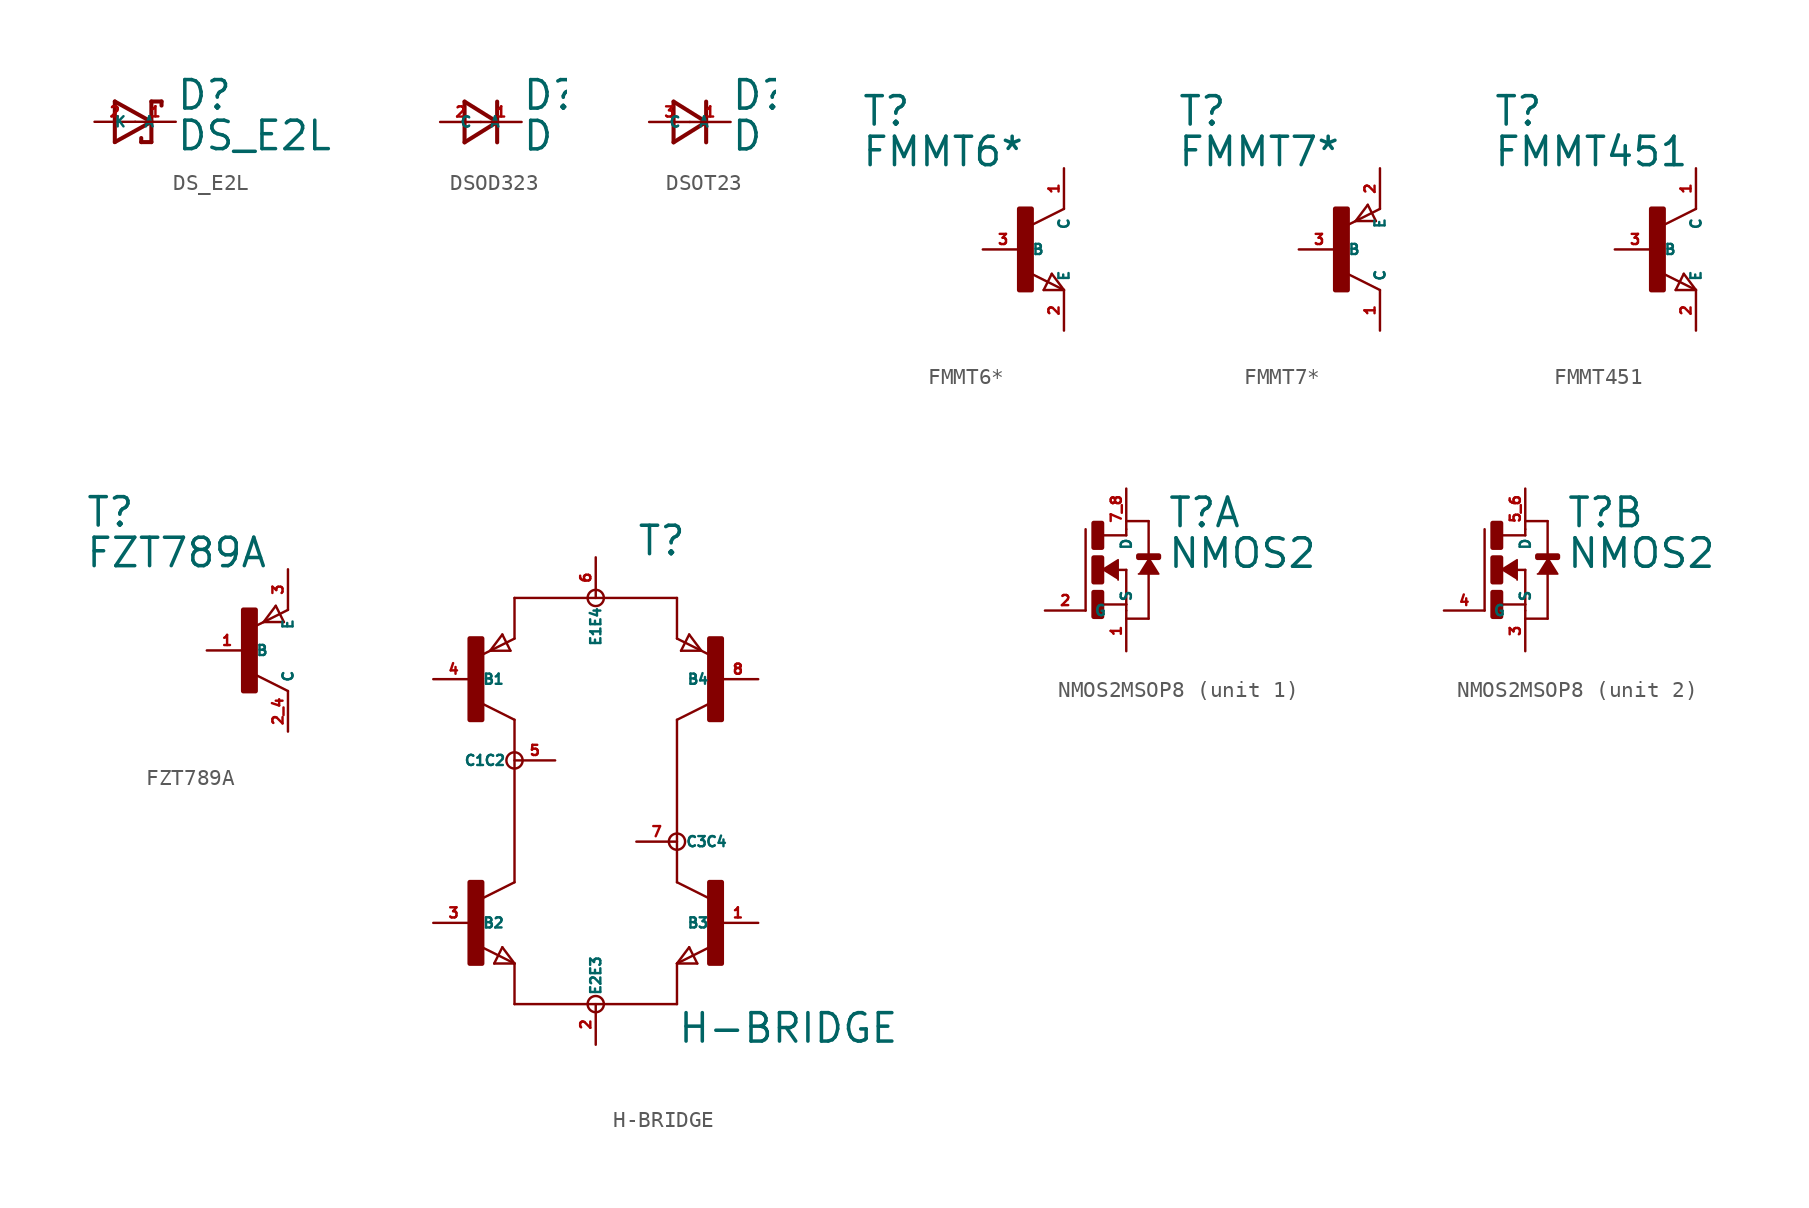
<source format=kicad_sym>
(kicad_symbol_lib
  (version 20220914)
  (generator Eagle2Kicad)
  (symbol "DS_E2L"
    (property "Reference" "D"
      (at 2.54 0.635 0)
      (effects (font (size 1.778 1.778) (thickness 0.22)) (justify left bottom)))
    (property "Value" "DS_E2L"
      (at 2.54 -1.905 0)
      (effects (font (size 1.778 1.778) (thickness 0.22)) (justify left bottom)))
    (polyline
      (pts (xy -1.27 -1.27) (xy 1.016 0))
      (stroke (width 0.254) (type default))
      (fill (type none)))
    (polyline
      (pts (xy 1.016 0) (xy -1.27 1.27))
      (stroke (width 0.254) (type default))
      (fill (type none)))
    (polyline
      (pts (xy 1.651 1.27) (xy 1.016 1.27))
      (stroke (width 0.254) (type default))
      (fill (type none)))
    (polyline
      (pts (xy 1.016 1.27) (xy 1.016 0))
      (stroke (width 0.254) (type default))
      (fill (type none)))
    (polyline
      (pts (xy -1.27 1.27) (xy -1.27 -1.27))
      (stroke (width 0.254) (type default))
      (fill (type none)))
    (polyline
      (pts (xy 1.016 0) (xy 1.016 -1.27))
      (stroke (width 0.254) (type default))
      (fill (type none)))
    (polyline
      (pts (xy 1.651 1.27) (xy 1.651 1.016))
      (stroke (width 0.254) (type default))
      (fill (type none)))
    (polyline
      (pts (xy 1.016 -1.27) (xy 0.381 -1.27))
      (stroke (width 0.254) (type default))
      (fill (type none)))
    (polyline
      (pts (xy 0.381 -1.016) (xy 0.381 -1.27))
      (stroke (width 0.254) (type default))
      (fill (type none)))
    (pin passive line
      (at -2.54 0 0)
      (length 2.54)
      (name "A" (effects (font (size 0.635 0.635) (thickness 0.08)) (justify left bottom)))
      (number "2" (effects (font (size 0.635 0.635) (thickness 0.08)) (justify left bottom))))
    (pin passive line
      (at 2.54 0 180)
      (length 2.54)
      (name "K" (effects (font (size 0.635 0.635) (thickness 0.08)) (justify left bottom)))
      (number "1" (effects (font (size 0.635 0.635) (thickness 0.08)) (justify left bottom)))))
  (symbol "DSOD323"
    (property "Reference" "D"
      (at 2.54 0.635 0)
      (effects (font (size 1.778 1.778) (thickness 0.22)) (justify left bottom)))
    (property "Value" "D"
      (at 2.54 -1.905 0)
      (effects (font (size 1.778 1.778) (thickness 0.22)) (justify left bottom)))
    (polyline
      (pts (xy -1.016 -1.27) (xy 1.016 0))
      (stroke (width 0.254) (type default))
      (fill (type none)))
    (polyline
      (pts (xy 1.016 0) (xy -1.016 1.27))
      (stroke (width 0.254) (type default))
      (fill (type none)))
    (polyline
      (pts (xy 1.016 1.27) (xy 1.016 0))
      (stroke (width 0.254) (type default))
      (fill (type none)))
    (polyline
      (pts (xy -1.016 1.27) (xy -1.016 -1.27))
      (stroke (width 0.254) (type default))
      (fill (type none)))
    (polyline
      (pts (xy 1.016 0) (xy 1.016 -1.27))
      (stroke (width 0.254) (type default))
      (fill (type none)))
    (pin passive line
      (at -2.54 0 0)
      (length 2.54)
      (name "A" (effects (font (size 0.635 0.635) (thickness 0.08)) (justify left bottom)))
      (number "2" (effects (font (size 0.635 0.635) (thickness 0.08)) (justify left bottom))))
    (pin passive line
      (at 2.54 0 180)
      (length 2.54)
      (name "C" (effects (font (size 0.635 0.635) (thickness 0.08)) (justify left bottom)))
      (number "1" (effects (font (size 0.635 0.635) (thickness 0.08)) (justify left bottom)))))
  (symbol "DSOT23"
    (property "Reference" "D"
      (at 2.54 0.635 0)
      (effects (font (size 1.778 1.778) (thickness 0.22)) (justify left bottom)))
    (property "Value" "D"
      (at 2.54 -1.905 0)
      (effects (font (size 1.778 1.778) (thickness 0.22)) (justify left bottom)))
    (polyline
      (pts (xy -1.016 -1.27) (xy 1.016 0))
      (stroke (width 0.254) (type default))
      (fill (type none)))
    (polyline
      (pts (xy 1.016 0) (xy -1.016 1.27))
      (stroke (width 0.254) (type default))
      (fill (type none)))
    (polyline
      (pts (xy 1.016 1.27) (xy 1.016 0))
      (stroke (width 0.254) (type default))
      (fill (type none)))
    (polyline
      (pts (xy -1.016 1.27) (xy -1.016 -1.27))
      (stroke (width 0.254) (type default))
      (fill (type none)))
    (polyline
      (pts (xy 1.016 0) (xy 1.016 -1.27))
      (stroke (width 0.254) (type default))
      (fill (type none)))
    (pin passive line
      (at -2.54 0 0)
      (length 2.54)
      (name "A" (effects (font (size 0.635 0.635) (thickness 0.08)) (justify left bottom)))
      (number "3" (effects (font (size 0.635 0.635) (thickness 0.08)) (justify left bottom))))
    (pin passive line
      (at 2.54 0 180)
      (length 2.54)
      (name "C" (effects (font (size 0.635 0.635) (thickness 0.08)) (justify left bottom)))
      (number "1" (effects (font (size 0.635 0.635) (thickness 0.08)) (justify left bottom)))))
  (symbol "FMMT6*"
    (property "Reference" "T"
      (at -10.16 7.62 0)
      (effects (font (size 1.778 1.778) (thickness 0.22)) (justify left bottom)))
    (property "Value" "FMMT6*"
      (at -10.16 5.08 0)
      (effects (font (size 1.778 1.778) (thickness 0.22)) (justify left bottom)))
    (polyline
      (pts (xy 2.54 2.54) (xy 0.508 1.524))
      (stroke (width 0.152) (type default))
      (fill (type none)))
    (polyline
      (pts (xy 2.54 -2.54) (xy 0.508 -1.524))
      (stroke (width 0.152) (type default))
      (fill (type none)))
    (polyline
      (pts (xy 1.778 -1.524) (xy 2.54 -2.54))
      (stroke (width 0.152) (type default))
      (fill (type none)))
    (polyline
      (pts (xy 2.54 -2.54) (xy 1.27 -2.54))
      (stroke (width 0.152) (type default))
      (fill (type none)))
    (polyline
      (pts (xy 1.27 -2.54) (xy 1.778 -1.524))
      (stroke (width 0.152) (type default))
      (fill (type none)))
    (rectangle
      (start -0.254 -2.54)
      (end 0.508 2.54)
      (stroke (width 0.3) (type default))
      (fill (type outline)))
    (pin passive line
      (at -2.54 0 0)
      (length 2.54)
      (name "B" (effects (font (size 0.635 0.635) (thickness 0.08)) (justify left bottom)))
      (number "3" (effects (font (size 0.635 0.635) (thickness 0.08)) (justify left bottom))))
    (pin passive line
      (at 2.54 -5.08 90)
      (length 2.54)
      (name "E" (effects (font (size 0.635 0.635) (thickness 0.08)) (justify left bottom)))
      (number "2" (effects (font (size 0.635 0.635) (thickness 0.08)) (justify left bottom))))
    (pin passive line
      (at 2.54 5.08 270)
      (length 2.54)
      (name "C" (effects (font (size 0.635 0.635) (thickness 0.08)) (justify left bottom)))
      (number "1" (effects (font (size 0.635 0.635) (thickness 0.08)) (justify left bottom)))))
  (symbol "FMMT7*"
    (property "Reference" "T"
      (at -10.16 7.62 0)
      (effects (font (size 1.778 1.778) (thickness 0.22)) (justify left bottom)))
    (property "Value" "FMMT7*"
      (at -10.16 5.08 0)
      (effects (font (size 1.778 1.778) (thickness 0.22)) (justify left bottom)))
    (polyline
      (pts (xy 2.286 1.778) (xy 1.778 2.794))
      (stroke (width 0.152) (type default))
      (fill (type none)))
    (polyline
      (pts (xy 1.778 2.794) (xy 1.016 1.778))
      (stroke (width 0.152) (type default))
      (fill (type none)))
    (polyline
      (pts (xy 1.016 1.778) (xy 2.286 1.778))
      (stroke (width 0.152) (type default))
      (fill (type none)))
    (polyline
      (pts (xy 2.54 2.54) (xy 0.508 1.524))
      (stroke (width 0.152) (type default))
      (fill (type none)))
    (polyline
      (pts (xy 2.54 -2.54) (xy 0.508 -1.524))
      (stroke (width 0.152) (type default))
      (fill (type none)))
    (rectangle
      (start -0.254 -2.54)
      (end 0.508 2.54)
      (stroke (width 0.3) (type default))
      (fill (type outline)))
    (pin passive line
      (at -2.54 0 0)
      (length 2.54)
      (name "B" (effects (font (size 0.635 0.635) (thickness 0.08)) (justify left bottom)))
      (number "3" (effects (font (size 0.635 0.635) (thickness 0.08)) (justify left bottom))))
    (pin passive line
      (at 2.54 5.08 270)
      (length 2.54)
      (name "E" (effects (font (size 0.635 0.635) (thickness 0.08)) (justify left bottom)))
      (number "2" (effects (font (size 0.635 0.635) (thickness 0.08)) (justify left bottom))))
    (pin passive line
      (at 2.54 -5.08 90)
      (length 2.54)
      (name "C" (effects (font (size 0.635 0.635) (thickness 0.08)) (justify left bottom)))
      (number "1" (effects (font (size 0.635 0.635) (thickness 0.08)) (justify left bottom)))))
  (symbol "FMMT451"
    (property "Reference" "T"
      (at -10.16 7.62 0)
      (effects (font (size 1.778 1.778) (thickness 0.22)) (justify left bottom)))
    (property "Value" "FMMT451"
      (at -10.16 5.08 0)
      (effects (font (size 1.778 1.778) (thickness 0.22)) (justify left bottom)))
    (polyline
      (pts (xy 2.54 2.54) (xy 0.508 1.524))
      (stroke (width 0.152) (type default))
      (fill (type none)))
    (polyline
      (pts (xy 2.54 -2.54) (xy 0.508 -1.524))
      (stroke (width 0.152) (type default))
      (fill (type none)))
    (polyline
      (pts (xy 1.778 -1.524) (xy 2.54 -2.54))
      (stroke (width 0.152) (type default))
      (fill (type none)))
    (polyline
      (pts (xy 2.54 -2.54) (xy 1.27 -2.54))
      (stroke (width 0.152) (type default))
      (fill (type none)))
    (polyline
      (pts (xy 1.27 -2.54) (xy 1.778 -1.524))
      (stroke (width 0.152) (type default))
      (fill (type none)))
    (rectangle
      (start -0.254 -2.54)
      (end 0.508 2.54)
      (stroke (width 0.3) (type default))
      (fill (type outline)))
    (pin passive line
      (at -2.54 0 0)
      (length 2.54)
      (name "B" (effects (font (size 0.635 0.635) (thickness 0.08)) (justify left bottom)))
      (number "3" (effects (font (size 0.635 0.635) (thickness 0.08)) (justify left bottom))))
    (pin passive line
      (at 2.54 -5.08 90)
      (length 2.54)
      (name "E" (effects (font (size 0.635 0.635) (thickness 0.08)) (justify left bottom)))
      (number "2" (effects (font (size 0.635 0.635) (thickness 0.08)) (justify left bottom))))
    (pin passive line
      (at 2.54 5.08 270)
      (length 2.54)
      (name "C" (effects (font (size 0.635 0.635) (thickness 0.08)) (justify left bottom)))
      (number "1" (effects (font (size 0.635 0.635) (thickness 0.08)) (justify left bottom)))))
  (symbol "FZT789A"
    (property "Reference" "T"
      (at -10.16 7.62 0)
      (effects (font (size 1.778 1.778) (thickness 0.22)) (justify left bottom)))
    (property "Value" "FZT789A"
      (at -10.16 5.08 0)
      (effects (font (size 1.778 1.778) (thickness 0.22)) (justify left bottom)))
    (polyline
      (pts (xy 2.286 1.778) (xy 1.778 2.794))
      (stroke (width 0.152) (type default))
      (fill (type none)))
    (polyline
      (pts (xy 1.778 2.794) (xy 1.016 1.778))
      (stroke (width 0.152) (type default))
      (fill (type none)))
    (polyline
      (pts (xy 1.016 1.778) (xy 2.286 1.778))
      (stroke (width 0.152) (type default))
      (fill (type none)))
    (polyline
      (pts (xy 2.54 2.54) (xy 0.508 1.524))
      (stroke (width 0.152) (type default))
      (fill (type none)))
    (polyline
      (pts (xy 2.54 -2.54) (xy 0.508 -1.524))
      (stroke (width 0.152) (type default))
      (fill (type none)))
    (rectangle
      (start -0.254 -2.54)
      (end 0.508 2.54)
      (stroke (width 0.3) (type default))
      (fill (type outline)))
    (pin passive line
      (at -2.54 0 0)
      (length 2.54)
      (name "B" (effects (font (size 0.635 0.635) (thickness 0.08)) (justify left bottom)))
      (number "1" (effects (font (size 0.635 0.635) (thickness 0.08)) (justify left bottom))))
    (pin passive line
      (at 2.54 5.08 270)
      (length 2.54)
      (name "E" (effects (font (size 0.635 0.635) (thickness 0.08)) (justify left bottom)))
      (number "3" (effects (font (size 0.635 0.635) (thickness 0.08)) (justify left bottom))))
    (pin passive line
      (at 2.54 -5.08 90)
      (length 2.54)
      (name "C" (effects (font (size 0.635 0.635) (thickness 0.08)) (justify left bottom)))
      (number "2 4" (effects (font (size 0.635 0.635) (thickness 0.08)) (justify left bottom)))))
  (symbol "H-BRIDGE"
    (property "Reference" "T"
      (at 2.54 15.24 0)
      (effects (font (size 1.778 1.778) (thickness 0.22)) (justify left bottom)))
    (property "Value" "H-BRIDGE"
      (at 5.08 -15.24 0)
      (effects (font (size 1.778 1.778) (thickness 0.22)) (justify left bottom)))
    (polyline
      (pts (xy -5.08 -5.08) (xy -7.112 -6.096))
      (stroke (width 0.152) (type default))
      (fill (type none)))
    (polyline
      (pts (xy -5.08 -10.16) (xy -7.112 -9.144))
      (stroke (width 0.152) (type default))
      (fill (type none)))
    (polyline
      (pts (xy -5.842 -9.144) (xy -5.08 -10.16))
      (stroke (width 0.152) (type default))
      (fill (type none)))
    (polyline
      (pts (xy -5.08 -10.16) (xy -6.35 -10.16))
      (stroke (width 0.152) (type default))
      (fill (type none)))
    (polyline
      (pts (xy -6.35 -10.16) (xy -5.842 -9.144))
      (stroke (width 0.152) (type default))
      (fill (type none)))
    (polyline
      (pts (xy 5.08 -5.08) (xy 7.112 -6.096))
      (stroke (width 0.152) (type default))
      (fill (type none)))
    (polyline
      (pts (xy 5.08 -10.16) (xy 7.112 -9.144))
      (stroke (width 0.152) (type default))
      (fill (type none)))
    (polyline
      (pts (xy 5.842 -9.144) (xy 5.08 -10.16))
      (stroke (width 0.152) (type default))
      (fill (type none)))
    (polyline
      (pts (xy 5.08 -10.16) (xy 6.35 -10.16))
      (stroke (width 0.152) (type default))
      (fill (type none)))
    (polyline
      (pts (xy 6.35 -10.16) (xy 5.842 -9.144))
      (stroke (width 0.152) (type default))
      (fill (type none)))
    (polyline
      (pts (xy -5.334 9.398) (xy -5.842 10.414))
      (stroke (width 0.152) (type default))
      (fill (type none)))
    (polyline
      (pts (xy -5.842 10.414) (xy -6.604 9.398))
      (stroke (width 0.152) (type default))
      (fill (type none)))
    (polyline
      (pts (xy -6.604 9.398) (xy -5.334 9.398))
      (stroke (width 0.152) (type default))
      (fill (type none)))
    (polyline
      (pts (xy -5.08 10.16) (xy -7.112 9.144))
      (stroke (width 0.152) (type default))
      (fill (type none)))
    (polyline
      (pts (xy -5.08 5.08) (xy -7.112 6.096))
      (stroke (width 0.152) (type default))
      (fill (type none)))
    (polyline
      (pts (xy 5.334 9.398) (xy 5.842 10.414))
      (stroke (width 0.152) (type default))
      (fill (type none)))
    (polyline
      (pts (xy 5.842 10.414) (xy 6.604 9.398))
      (stroke (width 0.152) (type default))
      (fill (type none)))
    (polyline
      (pts (xy 6.604 9.398) (xy 5.334 9.398))
      (stroke (width 0.152) (type default))
      (fill (type none)))
    (polyline
      (pts (xy 5.08 10.16) (xy 7.112 9.144))
      (stroke (width 0.152) (type default))
      (fill (type none)))
    (polyline
      (pts (xy 5.08 5.08) (xy 7.112 6.096))
      (stroke (width 0.152) (type default))
      (fill (type none)))
    (polyline
      (pts (xy -5.08 10.16) (xy -5.08 12.7))
      (stroke (width 0.152) (type default))
      (fill (type none)))
    (polyline
      (pts (xy -5.08 12.7) (xy 5.08 12.7))
      (stroke (width 0.152) (type default))
      (fill (type none)))
    (polyline
      (pts (xy 5.08 12.7) (xy 5.08 10.16))
      (stroke (width 0.152) (type default))
      (fill (type none)))
    (polyline
      (pts (xy -5.08 -10.16) (xy -5.08 -12.7))
      (stroke (width 0.152) (type default))
      (fill (type none)))
    (polyline
      (pts (xy -5.08 -12.7) (xy 5.08 -12.7))
      (stroke (width 0.152) (type default))
      (fill (type none)))
    (polyline
      (pts (xy 5.08 -12.7) (xy 5.08 -10.16))
      (stroke (width 0.152) (type default))
      (fill (type none)))
    (polyline
      (pts (xy -5.08 -5.08) (xy -5.08 5.08))
      (stroke (width 0.152) (type default))
      (fill (type none)))
    (polyline
      (pts (xy 5.08 -5.08) (xy 5.08 5.08))
      (stroke (width 0.152) (type default))
      (fill (type none)))
    (circle
      (center 0 -12.7)
      (radius 0.508)
      (stroke (width 0) (type default))
      (fill (type none)))
    (circle
      (center -5.08 2.54)
      (radius 0.508)
      (stroke (width 0) (type default))
      (fill (type none)))
    (circle
      (center 0 12.7)
      (radius 0.508)
      (stroke (width 0) (type default))
      (fill (type none)))
    (circle
      (center 5.08 -2.54)
      (radius 0.508)
      (stroke (width 0) (type default))
      (fill (type none)))
    (rectangle
      (start -7.874 -10.16)
      (end -7.112 -5.08)
      (stroke (width 0.3) (type default))
      (fill (type outline)))
    (rectangle
      (start 7.112 -10.16)
      (end 7.874 -5.08)
      (stroke (width 0.3) (type default))
      (fill (type outline)))
    (rectangle
      (start -7.874 5.08)
      (end -7.112 10.16)
      (stroke (width 0.3) (type default))
      (fill (type outline)))
    (rectangle
      (start 7.112 5.08)
      (end 7.874 10.16)
      (stroke (width 0.3) (type default))
      (fill (type outline)))
    (pin passive line
      (at -10.16 -7.62 0)
      (length 2.54)
      (name "B2" (effects (font (size 0.635 0.635) (thickness 0.08)) (justify left bottom)))
      (number "3" (effects (font (size 0.635 0.635) (thickness 0.08)) (justify left bottom))))
    (pin passive line
      (at 0 -15.24 90)
      (length 2.54)
      (name "E2E3" (effects (font (size 0.635 0.635) (thickness 0.08)) (justify left bottom)))
      (number "2" (effects (font (size 0.635 0.635) (thickness 0.08)) (justify left bottom))))
    (pin passive line
      (at 10.16 -7.62 180)
      (length 2.54)
      (name "B3" (effects (font (size 0.635 0.635) (thickness 0.08)) (justify left bottom)))
      (number "1" (effects (font (size 0.635 0.635) (thickness 0.08)) (justify left bottom))))
    (pin passive line
      (at -10.16 7.62 0)
      (length 2.54)
      (name "B1" (effects (font (size 0.635 0.635) (thickness 0.08)) (justify left bottom)))
      (number "4" (effects (font (size 0.635 0.635) (thickness 0.08)) (justify left bottom))))
    (pin passive line
      (at 0 15.24 270)
      (length 2.54)
      (name "E1E4" (effects (font (size 0.635 0.635) (thickness 0.08)) (justify left bottom)))
      (number "6" (effects (font (size 0.635 0.635) (thickness 0.08)) (justify left bottom))))
    (pin passive line
      (at -2.54 2.54 180)
      (length 2.54)
      (name "C1C2" (effects (font (size 0.635 0.635) (thickness 0.08)) (justify left bottom)))
      (number "5" (effects (font (size 0.635 0.635) (thickness 0.08)) (justify left bottom))))
    (pin passive line
      (at 10.16 7.62 180)
      (length 2.54)
      (name "B4" (effects (font (size 0.635 0.635) (thickness 0.08)) (justify left bottom)))
      (number "8" (effects (font (size 0.635 0.635) (thickness 0.08)) (justify left bottom))))
    (pin passive line
      (at 2.54 -2.54 0)
      (length 2.54)
      (name "C3C4" (effects (font (size 0.635 0.635) (thickness 0.08)) (justify left bottom)))
      (number "7" (effects (font (size 0.635 0.635) (thickness 0.08)) (justify left bottom)))))
  (symbol "NMOS2MSOP8"
    (property "Reference" "T"
      (at 2.54 2.54 0)
      (effects (font (size 1.778 1.778) (thickness 0.22)) (justify left bottom)))
    (property "Value" "NMOS2"
      (at 2.54 0 0)
      (effects (font (size 1.778 1.778) (thickness 0.22)) (justify left bottom)))
    (symbol "NMOS2MSOP8_1_0"
      (polyline (pts (xy -1.524 0) (xy -0.508 0.635) (xy -0.508 -0.635)) (stroke (width 0.102) (type default)) (fill (type outline)))
      (polyline (pts (xy 1.397 0.762) (xy 2.032 -0.254) (xy 0.762 -0.254)) (stroke (width 0.102) (type default)) (fill (type outline)))
      (polyline (pts (xy -0.508 0) (xy 0 0)) (stroke (width 0.152) (type default)) (fill (type none)))
      (polyline (pts (xy -1.524 -2.159) (xy 0 -2.159)) (stroke (width 0.152) (type default)) (fill (type none)))
      (polyline (pts (xy -2.54 -2.54) (xy -2.54 2.54)) (stroke (width 0.152) (type default)) (fill (type none)))
      (polyline (pts (xy 0 0) (xy 0 -2.159)) (stroke (width 0.152) (type default)) (fill (type none)))
      (polyline (pts (xy 1.397 -0.254) (xy 1.397 -3.048)) (stroke (width 0.152) (type default)) (fill (type none)))
      (polyline (pts (xy 1.397 -3.048) (xy 0 -3.048)) (stroke (width 0.152) (type default)) (fill (type none)))
      (polyline (pts (xy -1.524 2.159) (xy 0 2.159)) (stroke (width 0.152) (type default)) (fill (type none)))
      (polyline (pts (xy 0 2.159) (xy 0 2.54)) (stroke (width 0.152) (type default)) (fill (type none)))
      (polyline (pts (xy 0 3.048) (xy 1.397 3.048)) (stroke (width 0.152) (type default)) (fill (type none)))
      (polyline (pts (xy 1.397 3.048) (xy 1.397 0.762)) (stroke (width 0.152) (type default)) (fill (type none)))
      (polyline (pts (xy 0 -2.159) (xy 0 -2.54)) (stroke (width 0.152) (type default)) (fill (type none)))
      (rectangle (start -2.032 1.397) (end -1.524 2.921) (stroke (width 0.3) (type default)) (fill (type outline)))
      (rectangle (start -2.032 -0.762) (end -1.524 0.762) (stroke (width 0.3) (type default)) (fill (type outline)))
      (rectangle (start -2.032 -2.921) (end -1.524 -1.397) (stroke (width 0.3) (type default)) (fill (type outline)))
      (rectangle (start 0.762 0.762) (end 2.032 0.889) (stroke (width 0.3) (type default)) (fill (type outline)))
      (pin passive line (at 0 5.08 270) (length 2.54) (name "D" (effects (font (size 0.635 0.635) (thickness 0.08)) (justify left bottom))) (number "7 8" (effects (font (size 0.635 0.635) (thickness 0.08)) (justify left bottom))))
      (pin passive line (at 0 -5.08 90) (length 2.54) (name "S" (effects (font (size 0.635 0.635) (thickness 0.08)) (justify left bottom))) (number "1" (effects (font (size 0.635 0.635) (thickness 0.08)) (justify left bottom))))
      (pin passive line (at -5.08 -2.54 0) (length 2.54) (name "G" (effects (font (size 0.635 0.635) (thickness 0.08)) (justify left bottom))) (number "2" (effects (font (size 0.635 0.635) (thickness 0.08)) (justify left bottom)))))
    (symbol "NMOS2MSOP8_2_0"
      (polyline (pts (xy -1.524 0) (xy -0.508 0.635) (xy -0.508 -0.635)) (stroke (width 0.102) (type default)) (fill (type outline)))
      (polyline (pts (xy 1.397 0.762) (xy 2.032 -0.254) (xy 0.762 -0.254)) (stroke (width 0.102) (type default)) (fill (type outline)))
      (polyline (pts (xy -0.508 0) (xy 0 0)) (stroke (width 0.152) (type default)) (fill (type none)))
      (polyline (pts (xy -1.524 -2.159) (xy 0 -2.159)) (stroke (width 0.152) (type default)) (fill (type none)))
      (polyline (pts (xy -2.54 -2.54) (xy -2.54 2.54)) (stroke (width 0.152) (type default)) (fill (type none)))
      (polyline (pts (xy 0 0) (xy 0 -2.159)) (stroke (width 0.152) (type default)) (fill (type none)))
      (polyline (pts (xy 1.397 -0.254) (xy 1.397 -3.048)) (stroke (width 0.152) (type default)) (fill (type none)))
      (polyline (pts (xy 1.397 -3.048) (xy 0 -3.048)) (stroke (width 0.152) (type default)) (fill (type none)))
      (polyline (pts (xy -1.524 2.159) (xy 0 2.159)) (stroke (width 0.152) (type default)) (fill (type none)))
      (polyline (pts (xy 0 2.159) (xy 0 2.54)) (stroke (width 0.152) (type default)) (fill (type none)))
      (polyline (pts (xy 0 3.048) (xy 1.397 3.048)) (stroke (width 0.152) (type default)) (fill (type none)))
      (polyline (pts (xy 1.397 3.048) (xy 1.397 0.762)) (stroke (width 0.152) (type default)) (fill (type none)))
      (polyline (pts (xy 0 -2.159) (xy 0 -2.54)) (stroke (width 0.152) (type default)) (fill (type none)))
      (rectangle (start -2.032 1.397) (end -1.524 2.921) (stroke (width 0.3) (type default)) (fill (type outline)))
      (rectangle (start -2.032 -0.762) (end -1.524 0.762) (stroke (width 0.3) (type default)) (fill (type outline)))
      (rectangle (start -2.032 -2.921) (end -1.524 -1.397) (stroke (width 0.3) (type default)) (fill (type outline)))
      (rectangle (start 0.762 0.762) (end 2.032 0.889) (stroke (width 0.3) (type default)) (fill (type outline)))
      (pin passive line (at 0 5.08 270) (length 2.54) (name "D" (effects (font (size 0.635 0.635) (thickness 0.08)) (justify left bottom))) (number "5 6" (effects (font (size 0.635 0.635) (thickness 0.08)) (justify left bottom))))
      (pin passive line (at 0 -5.08 90) (length 2.54) (name "S" (effects (font (size 0.635 0.635) (thickness 0.08)) (justify left bottom))) (number "3" (effects (font (size 0.635 0.635) (thickness 0.08)) (justify left bottom))))
      (pin passive line (at -5.08 -2.54 0) (length 2.54) (name "G" (effects (font (size 0.635 0.635) (thickness 0.08)) (justify left bottom))) (number "4" (effects (font (size 0.635 0.635) (thickness 0.08)) (justify left bottom)))))))
</source>
